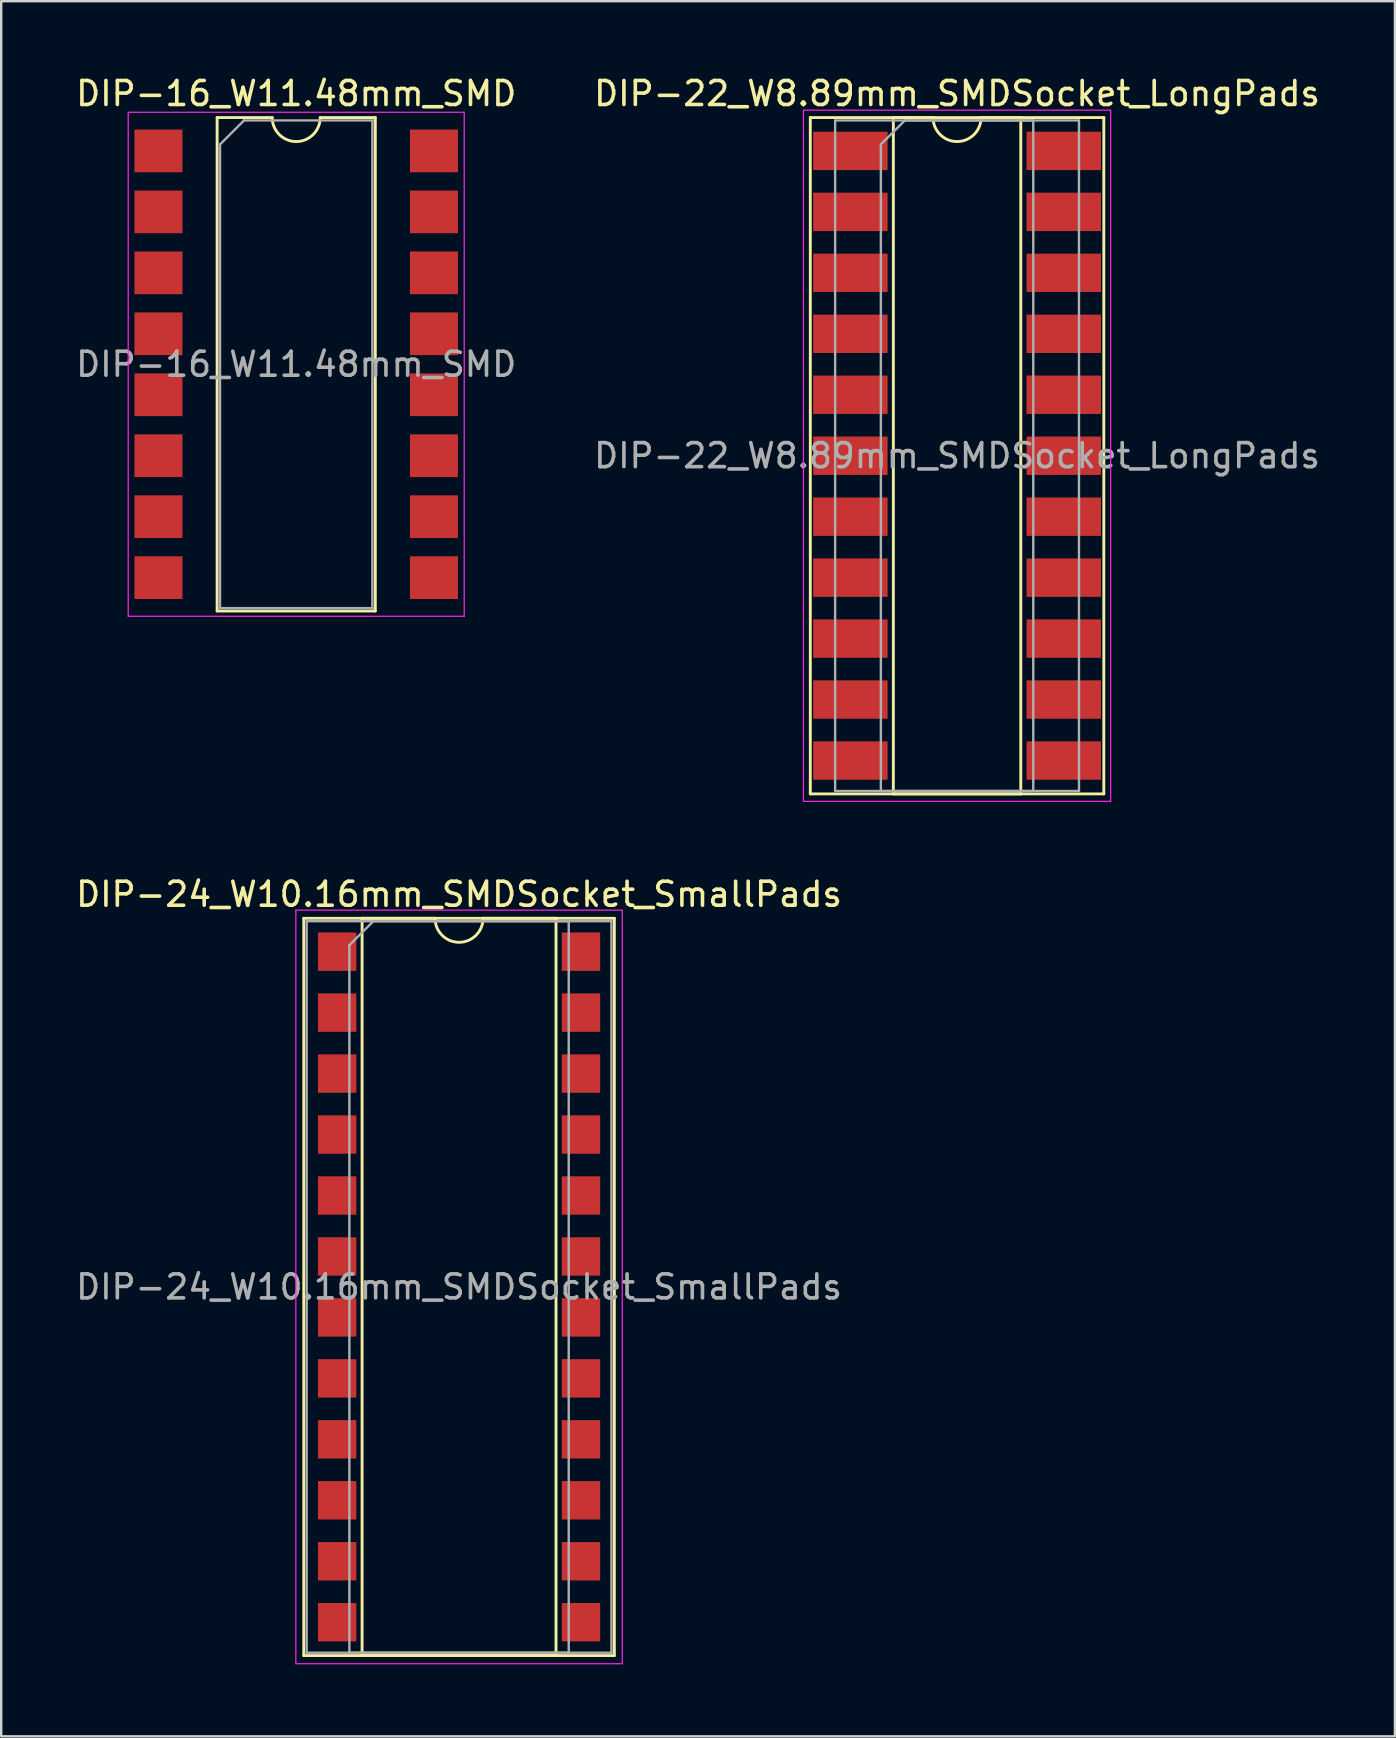
<source format=kicad_pcb>
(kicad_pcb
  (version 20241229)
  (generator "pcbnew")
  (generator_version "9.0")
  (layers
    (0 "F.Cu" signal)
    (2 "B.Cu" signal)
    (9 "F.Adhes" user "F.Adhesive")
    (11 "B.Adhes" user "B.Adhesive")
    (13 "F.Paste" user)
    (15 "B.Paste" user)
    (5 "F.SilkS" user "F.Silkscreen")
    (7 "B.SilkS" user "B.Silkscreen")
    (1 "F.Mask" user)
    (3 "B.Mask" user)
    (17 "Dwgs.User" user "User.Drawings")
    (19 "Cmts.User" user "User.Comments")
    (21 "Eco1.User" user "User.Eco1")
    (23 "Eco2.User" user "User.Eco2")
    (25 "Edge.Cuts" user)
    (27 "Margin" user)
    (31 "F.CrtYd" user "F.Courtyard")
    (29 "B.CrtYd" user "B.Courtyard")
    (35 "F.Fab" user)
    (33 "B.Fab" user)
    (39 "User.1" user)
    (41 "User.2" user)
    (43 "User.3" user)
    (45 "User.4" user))
  (footprint "DIP-16_W11.48mm_SMD"
    (layer "F.Cu")
    (at 9.292 12.128)
    (property "Reference" "DIP-16_W11.48mm_SMD" (at 0 -11.28 0) (layer "F.SilkS") (effects (font (size 1 1) (thickness 0.15))))
    (attr smd)
    (fp_line (start -3.295 -10.28) (end -3.295 10.28) (stroke (width 0.12) (type solid)) (layer "F.SilkS"))
    (fp_line (start -3.295 10.28) (end 3.295 10.28) (stroke (width 0.12) (type solid)) (layer "F.SilkS"))
    (fp_line (start -1 -10.28) (end -3.295 -10.28) (stroke (width 0.12) (type solid)) (layer "F.SilkS"))
    (fp_line (start 3.295 -10.28) (end 1 -10.28) (stroke (width 0.12) (type solid)) (layer "F.SilkS"))
    (fp_line (start 3.295 10.28) (end 3.295 -10.28) (stroke (width 0.12) (type solid)) (layer "F.SilkS"))
    (fp_arc (start 1 -10.28) (mid 0 -9.28) (end -1 -10.28) (stroke (width 0.12) (type solid)) (layer "F.SilkS"))
    (fp_line (start -7 -10.5) (end -7 10.5) (stroke (width 0.05) (type solid)) (layer "F.CrtYd"))
    (fp_line (start -7 10.5) (end 7 10.5) (stroke (width 0.05) (type solid)) (layer "F.CrtYd"))
    (fp_line (start 7 -10.5) (end -7 -10.5) (stroke (width 0.05) (type solid)) (layer "F.CrtYd"))
    (fp_line (start 7 10.5) (end 7 -10.5) (stroke (width 0.05) (type solid)) (layer "F.CrtYd"))
    (fp_line (start -3.175 -9.16) (end -2.175 -10.16) (stroke (width 0.1) (type solid)) (layer "F.Fab"))
    (fp_line (start -3.175 10.16) (end -3.175 -9.16) (stroke (width 0.1) (type solid)) (layer "F.Fab"))
    (fp_line (start -2.175 -10.16) (end 3.175 -10.16) (stroke (width 0.1) (type solid)) (layer "F.Fab"))
    (fp_line (start 3.175 -10.16) (end 3.175 10.16) (stroke (width 0.1) (type solid)) (layer "F.Fab"))
    (fp_line (start 3.175 10.16) (end -3.175 10.16) (stroke (width 0.1) (type solid)) (layer "F.Fab"))
    (fp_text user "${REFERENCE}" (at 0 0 0) (layer "F.Fab") (effects (font (size 1 1) (thickness 0.15))))
    (pad "1" smd rect (at -5.74 -8.89) (size 2 1.78) (layers "F.Cu" "F.Mask" "F.Paste"))
    (pad "2" smd rect (at -5.74 -6.35) (size 2 1.78) (layers "F.Cu" "F.Mask" "F.Paste"))
    (pad "3" smd rect (at -5.74 -3.81) (size 2 1.78) (layers "F.Cu" "F.Mask" "F.Paste"))
    (pad "4" smd rect (at -5.74 -1.27) (size 2 1.78) (layers "F.Cu" "F.Mask" "F.Paste"))
    (pad "5" smd rect (at -5.74 1.27) (size 2 1.78) (layers "F.Cu" "F.Mask" "F.Paste"))
    (pad "6" smd rect (at -5.74 3.81) (size 2 1.78) (layers "F.Cu" "F.Mask" "F.Paste"))
    (pad "7" smd rect (at -5.74 6.35) (size 2 1.78) (layers "F.Cu" "F.Mask" "F.Paste"))
    (pad "8" smd rect (at -5.74 8.89) (size 2 1.78) (layers "F.Cu" "F.Mask" "F.Paste"))
    (pad "9" smd rect (at 5.74 8.89) (size 2 1.78) (layers "F.Cu" "F.Mask" "F.Paste"))
    (pad "10" smd rect (at 5.74 6.35) (size 2 1.78) (layers "F.Cu" "F.Mask" "F.Paste"))
    (pad "11" smd rect (at 5.74 3.81) (size 2 1.78) (layers "F.Cu" "F.Mask" "F.Paste"))
    (pad "12" smd rect (at 5.74 1.27) (size 2 1.78) (layers "F.Cu" "F.Mask" "F.Paste"))
    (pad "13" smd rect (at 5.74 -1.27) (size 2 1.78) (layers "F.Cu" "F.Mask" "F.Paste"))
    (pad "14" smd rect (at 5.74 -3.81) (size 2 1.78) (layers "F.Cu" "F.Mask" "F.Paste"))
    (pad "15" smd rect (at 5.74 -6.35) (size 2 1.78) (layers "F.Cu" "F.Mask" "F.Paste"))
    (pad "16" smd rect (at 5.74 -8.89) (size 2 1.78) (layers "F.Cu" "F.Mask" "F.Paste")))
  (footprint "DIP-22_W8.89mm_SMDSocket_LongPads"
    (layer "F.Cu")
    (at 36.827 15.938)
    (property "Reference" "DIP-22_W8.89mm_SMDSocket_LongPads" (at 0 -15.09 0) (layer "F.SilkS") (effects (font (size 1 1) (thickness 0.15))))
    (attr smd)
    (fp_line (start -6.115 -14.09) (end -6.115 14.09) (stroke (width 0.12) (type solid)) (layer "F.SilkS"))
    (fp_line (start -6.115 14.09) (end 6.115 14.09) (stroke (width 0.12) (type solid)) (layer "F.SilkS"))
    (fp_line (start -2.655 -14.09) (end -2.655 14.09) (stroke (width 0.12) (type solid)) (layer "F.SilkS"))
    (fp_line (start -2.655 14.09) (end 2.655 14.09) (stroke (width 0.12) (type solid)) (layer "F.SilkS"))
    (fp_line (start -1 -14.09) (end -2.655 -14.09) (stroke (width 0.12) (type solid)) (layer "F.SilkS"))
    (fp_line (start 2.655 -14.09) (end 1 -14.09) (stroke (width 0.12) (type solid)) (layer "F.SilkS"))
    (fp_line (start 2.655 14.09) (end 2.655 -14.09) (stroke (width 0.12) (type solid)) (layer "F.SilkS"))
    (fp_line (start 6.115 -14.09) (end -6.115 -14.09) (stroke (width 0.12) (type solid)) (layer "F.SilkS"))
    (fp_line (start 6.115 14.09) (end 6.115 -14.09) (stroke (width 0.12) (type solid)) (layer "F.SilkS"))
    (fp_arc (start 1 -14.09) (mid 0 -13.09) (end -1 -14.09) (stroke (width 0.12) (type solid)) (layer "F.SilkS"))
    (fp_line (start -6.4 -14.4) (end -6.4 14.4) (stroke (width 0.05) (type solid)) (layer "F.CrtYd"))
    (fp_line (start -6.4 14.4) (end 6.4 14.4) (stroke (width 0.05) (type solid)) (layer "F.CrtYd"))
    (fp_line (start 6.4 -14.4) (end -6.4 -14.4) (stroke (width 0.05) (type solid)) (layer "F.CrtYd"))
    (fp_line (start 6.4 14.4) (end 6.4 -14.4) (stroke (width 0.05) (type solid)) (layer "F.CrtYd"))
    (fp_line (start -5.08 -13.97) (end -5.08 13.97) (stroke (width 0.1) (type solid)) (layer "F.Fab"))
    (fp_line (start -5.08 13.97) (end 5.08 13.97) (stroke (width 0.1) (type solid)) (layer "F.Fab"))
    (fp_line (start -3.175 -12.97) (end -2.175 -13.97) (stroke (width 0.1) (type solid)) (layer "F.Fab"))
    (fp_line (start -3.175 13.97) (end -3.175 -12.97) (stroke (width 0.1) (type solid)) (layer "F.Fab"))
    (fp_line (start -2.175 -13.97) (end 3.175 -13.97) (stroke (width 0.1) (type solid)) (layer "F.Fab"))
    (fp_line (start 3.175 -13.97) (end 3.175 13.97) (stroke (width 0.1) (type solid)) (layer "F.Fab"))
    (fp_line (start 3.175 13.97) (end -3.175 13.97) (stroke (width 0.1) (type solid)) (layer "F.Fab"))
    (fp_line (start 5.08 -13.97) (end -5.08 -13.97) (stroke (width 0.1) (type solid)) (layer "F.Fab"))
    (fp_line (start 5.08 13.97) (end 5.08 -13.97) (stroke (width 0.1) (type solid)) (layer "F.Fab"))
    (fp_text user "${REFERENCE}" (at 0 0 0) (layer "F.Fab") (effects (font (size 1 1) (thickness 0.15))))
    (pad "1" smd rect (at -4.445 -12.7) (size 3.1 1.6) (layers "F.Cu" "F.Mask" "F.Paste"))
    (pad "2" smd rect (at -4.445 -10.16) (size 3.1 1.6) (layers "F.Cu" "F.Mask" "F.Paste"))
    (pad "3" smd rect (at -4.445 -7.62) (size 3.1 1.6) (layers "F.Cu" "F.Mask" "F.Paste"))
    (pad "4" smd rect (at -4.445 -5.08) (size 3.1 1.6) (layers "F.Cu" "F.Mask" "F.Paste"))
    (pad "5" smd rect (at -4.445 -2.54) (size 3.1 1.6) (layers "F.Cu" "F.Mask" "F.Paste"))
    (pad "6" smd rect (at -4.445 0) (size 3.1 1.6) (layers "F.Cu" "F.Mask" "F.Paste"))
    (pad "7" smd rect (at -4.445 2.54) (size 3.1 1.6) (layers "F.Cu" "F.Mask" "F.Paste"))
    (pad "8" smd rect (at -4.445 5.08) (size 3.1 1.6) (layers "F.Cu" "F.Mask" "F.Paste"))
    (pad "9" smd rect (at -4.445 7.62) (size 3.1 1.6) (layers "F.Cu" "F.Mask" "F.Paste"))
    (pad "10" smd rect (at -4.445 10.16) (size 3.1 1.6) (layers "F.Cu" "F.Mask" "F.Paste"))
    (pad "11" smd rect (at -4.445 12.7) (size 3.1 1.6) (layers "F.Cu" "F.Mask" "F.Paste"))
    (pad "12" smd rect (at 4.445 12.7) (size 3.1 1.6) (layers "F.Cu" "F.Mask" "F.Paste"))
    (pad "13" smd rect (at 4.445 10.16) (size 3.1 1.6) (layers "F.Cu" "F.Mask" "F.Paste"))
    (pad "14" smd rect (at 4.445 7.62) (size 3.1 1.6) (layers "F.Cu" "F.Mask" "F.Paste"))
    (pad "15" smd rect (at 4.445 5.08) (size 3.1 1.6) (layers "F.Cu" "F.Mask" "F.Paste"))
    (pad "16" smd rect (at 4.445 2.54) (size 3.1 1.6) (layers "F.Cu" "F.Mask" "F.Paste"))
    (pad "17" smd rect (at 4.445 0) (size 3.1 1.6) (layers "F.Cu" "F.Mask" "F.Paste"))
    (pad "18" smd rect (at 4.445 -2.54) (size 3.1 1.6) (layers "F.Cu" "F.Mask" "F.Paste"))
    (pad "19" smd rect (at 4.445 -5.08) (size 3.1 1.6) (layers "F.Cu" "F.Mask" "F.Paste"))
    (pad "20" smd rect (at 4.445 -7.62) (size 3.1 1.6) (layers "F.Cu" "F.Mask" "F.Paste"))
    (pad "21" smd rect (at 4.445 -10.16) (size 3.1 1.6) (layers "F.Cu" "F.Mask" "F.Paste"))
    (pad "22" smd rect (at 4.445 -12.7) (size 3.1 1.6) (layers "F.Cu" "F.Mask" "F.Paste")))
  (footprint "DIP-24_W10.16mm_SMDSocket_SmallPads"
    (layer "F.Cu")
    (at 16.077 50.572)
    (property "Reference" "DIP-24_W10.16mm_SMDSocket_SmallPads" (at 0 -16.36 0) (layer "F.SilkS") (effects (font (size 1 1) (thickness 0.15))))
    (attr smd)
    (fp_line (start -6.47 -15.36) (end -6.47 15.36) (stroke (width 0.12) (type solid)) (layer "F.SilkS"))
    (fp_line (start -6.47 15.36) (end 6.47 15.36) (stroke (width 0.12) (type solid)) (layer "F.SilkS"))
    (fp_line (start -4.04 -15.36) (end -4.04 15.36) (stroke (width 0.12) (type solid)) (layer "F.SilkS"))
    (fp_line (start -4.04 15.36) (end 4.04 15.36) (stroke (width 0.12) (type solid)) (layer "F.SilkS"))
    (fp_line (start -1 -15.36) (end -4.04 -15.36) (stroke (width 0.12) (type solid)) (layer "F.SilkS"))
    (fp_line (start 4.04 -15.36) (end 1 -15.36) (stroke (width 0.12) (type solid)) (layer "F.SilkS"))
    (fp_line (start 4.04 15.36) (end 4.04 -15.36) (stroke (width 0.12) (type solid)) (layer "F.SilkS"))
    (fp_line (start 6.47 -15.36) (end -6.47 -15.36) (stroke (width 0.12) (type solid)) (layer "F.SilkS"))
    (fp_line (start 6.47 15.36) (end 6.47 -15.36) (stroke (width 0.12) (type solid)) (layer "F.SilkS"))
    (fp_arc (start 1 -15.36) (mid 0 -14.36) (end -1 -15.36) (stroke (width 0.12) (type solid)) (layer "F.SilkS"))
    (fp_line (start -6.8 -15.7) (end -6.8 15.7) (stroke (width 0.05) (type solid)) (layer "F.CrtYd"))
    (fp_line (start -6.8 15.7) (end 6.8 15.7) (stroke (width 0.05) (type solid)) (layer "F.CrtYd"))
    (fp_line (start 6.8 -15.7) (end -6.8 -15.7) (stroke (width 0.05) (type solid)) (layer "F.CrtYd"))
    (fp_line (start 6.8 15.7) (end 6.8 -15.7) (stroke (width 0.05) (type solid)) (layer "F.CrtYd"))
    (fp_line (start -6.35 -15.24) (end -6.35 15.24) (stroke (width 0.1) (type solid)) (layer "F.Fab"))
    (fp_line (start -6.35 15.24) (end 6.35 15.24) (stroke (width 0.1) (type solid)) (layer "F.Fab"))
    (fp_line (start -4.57 -14.24) (end -3.57 -15.24) (stroke (width 0.1) (type solid)) (layer "F.Fab"))
    (fp_line (start -4.57 15.24) (end -4.57 -14.24) (stroke (width 0.1) (type solid)) (layer "F.Fab"))
    (fp_line (start -3.57 -15.24) (end 4.57 -15.24) (stroke (width 0.1) (type solid)) (layer "F.Fab"))
    (fp_line (start 4.57 -15.24) (end 4.57 15.24) (stroke (width 0.1) (type solid)) (layer "F.Fab"))
    (fp_line (start 4.57 15.24) (end -4.57 15.24) (stroke (width 0.1) (type solid)) (layer "F.Fab"))
    (fp_line (start 6.35 -15.24) (end -6.35 -15.24) (stroke (width 0.1) (type solid)) (layer "F.Fab"))
    (fp_line (start 6.35 15.24) (end 6.35 -15.24) (stroke (width 0.1) (type solid)) (layer "F.Fab"))
    (fp_text user "${REFERENCE}" (at 0 0 0) (layer "F.Fab") (effects (font (size 1 1) (thickness 0.15))))
    (pad "1" smd rect (at -5.08 -13.97) (size 1.6 1.6) (layers "F.Cu" "F.Mask" "F.Paste"))
    (pad "2" smd rect (at -5.08 -11.43) (size 1.6 1.6) (layers "F.Cu" "F.Mask" "F.Paste"))
    (pad "3" smd rect (at -5.08 -8.89) (size 1.6 1.6) (layers "F.Cu" "F.Mask" "F.Paste"))
    (pad "4" smd rect (at -5.08 -6.35) (size 1.6 1.6) (layers "F.Cu" "F.Mask" "F.Paste"))
    (pad "5" smd rect (at -5.08 -3.81) (size 1.6 1.6) (layers "F.Cu" "F.Mask" "F.Paste"))
    (pad "6" smd rect (at -5.08 -1.27) (size 1.6 1.6) (layers "F.Cu" "F.Mask" "F.Paste"))
    (pad "7" smd rect (at -5.08 1.27) (size 1.6 1.6) (layers "F.Cu" "F.Mask" "F.Paste"))
    (pad "8" smd rect (at -5.08 3.81) (size 1.6 1.6) (layers "F.Cu" "F.Mask" "F.Paste"))
    (pad "9" smd rect (at -5.08 6.35) (size 1.6 1.6) (layers "F.Cu" "F.Mask" "F.Paste"))
    (pad "10" smd rect (at -5.08 8.89) (size 1.6 1.6) (layers "F.Cu" "F.Mask" "F.Paste"))
    (pad "11" smd rect (at -5.08 11.43) (size 1.6 1.6) (layers "F.Cu" "F.Mask" "F.Paste"))
    (pad "12" smd rect (at -5.08 13.97) (size 1.6 1.6) (layers "F.Cu" "F.Mask" "F.Paste"))
    (pad "13" smd rect (at 5.08 13.97) (size 1.6 1.6) (layers "F.Cu" "F.Mask" "F.Paste"))
    (pad "14" smd rect (at 5.08 11.43) (size 1.6 1.6) (layers "F.Cu" "F.Mask" "F.Paste"))
    (pad "15" smd rect (at 5.08 8.89) (size 1.6 1.6) (layers "F.Cu" "F.Mask" "F.Paste"))
    (pad "16" smd rect (at 5.08 6.35) (size 1.6 1.6) (layers "F.Cu" "F.Mask" "F.Paste"))
    (pad "17" smd rect (at 5.08 3.81) (size 1.6 1.6) (layers "F.Cu" "F.Mask" "F.Paste"))
    (pad "18" smd rect (at 5.08 1.27) (size 1.6 1.6) (layers "F.Cu" "F.Mask" "F.Paste"))
    (pad "19" smd rect (at 5.08 -1.27) (size 1.6 1.6) (layers "F.Cu" "F.Mask" "F.Paste"))
    (pad "20" smd rect (at 5.08 -3.81) (size 1.6 1.6) (layers "F.Cu" "F.Mask" "F.Paste"))
    (pad "21" smd rect (at 5.08 -6.35) (size 1.6 1.6) (layers "F.Cu" "F.Mask" "F.Paste"))
    (pad "22" smd rect (at 5.08 -8.89) (size 1.6 1.6) (layers "F.Cu" "F.Mask" "F.Paste"))
    (pad "23" smd rect (at 5.08 -11.43) (size 1.6 1.6) (layers "F.Cu" "F.Mask" "F.Paste"))
    (pad "24" smd rect (at 5.08 -13.97) (size 1.6 1.6) (layers "F.Cu" "F.Mask" "F.Paste")))
  (gr_rect
    (start -3 -3)
    (end 55.071 69.296)
    (stroke (width 0.1) (type default))
    (fill no)
    (layer "Edge.Cuts")))
</source>
